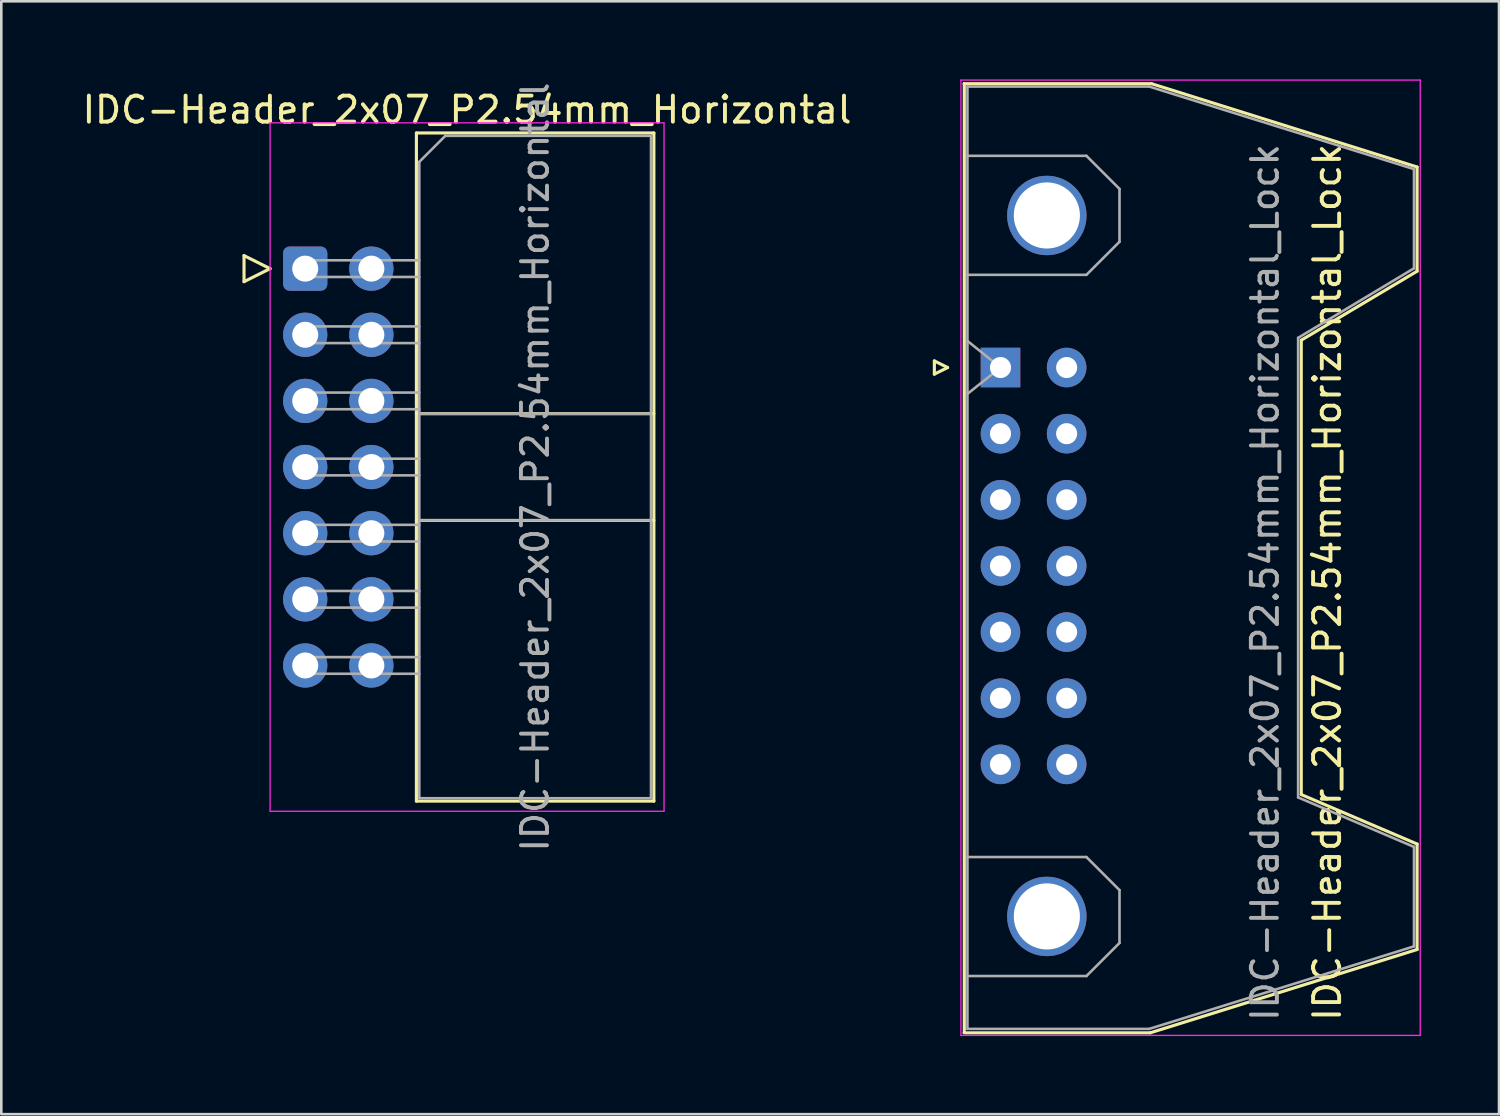
<source format=kicad_pcb>
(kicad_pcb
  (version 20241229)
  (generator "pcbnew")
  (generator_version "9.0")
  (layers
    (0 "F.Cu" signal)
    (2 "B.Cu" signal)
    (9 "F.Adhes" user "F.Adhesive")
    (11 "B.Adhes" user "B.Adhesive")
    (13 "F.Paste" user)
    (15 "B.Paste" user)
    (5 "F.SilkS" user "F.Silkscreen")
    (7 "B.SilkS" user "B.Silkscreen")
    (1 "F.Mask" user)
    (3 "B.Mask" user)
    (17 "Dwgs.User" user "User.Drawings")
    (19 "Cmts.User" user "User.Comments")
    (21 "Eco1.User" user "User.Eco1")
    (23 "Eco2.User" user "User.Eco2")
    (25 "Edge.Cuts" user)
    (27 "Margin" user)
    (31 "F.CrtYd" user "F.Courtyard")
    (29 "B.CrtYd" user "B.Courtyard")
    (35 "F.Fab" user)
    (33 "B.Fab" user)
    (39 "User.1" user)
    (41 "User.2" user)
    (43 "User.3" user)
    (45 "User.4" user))
  (footprint "IDC-Header_2x07_P2.54mm_Horizontal_Lock"
    (layer "F.Cu")
    (at 35.374 11.065)
    (property "Reference" "IDC-Header_2x07_P2.54mm_Horizontal_Lock" (at 12.55 8.25 90) (layer "F.SilkS") (effects (font (size 1 1) (thickness 0.15))))
    (attr through_hole)
    (fp_line (start -2.54 -0.254) (end -2.54 0.254) (stroke (width 0.12) (type solid)) (layer "F.SilkS"))
    (fp_line (start -2.54 0.254) (end -2.032 0) (stroke (width 0.12) (type solid)) (layer "F.SilkS"))
    (fp_line (start -2.032 0) (end -2.54 -0.254) (stroke (width 0.12) (type solid)) (layer "F.SilkS"))
    (fp_line (start -1.4 25.55) (end 5.75 25.55) (stroke (width 0.12) (type solid)) (layer "F.SilkS"))
    (fp_line (start -1.39 25.52) (end -1.39 -10.91) (stroke (width 0.12) (type solid)) (layer "F.SilkS"))
    (fp_line (start 5.75 25.55) (end 16 22.35) (stroke (width 0.12) (type solid)) (layer "F.SilkS"))
    (fp_line (start 5.8 -10.9) (end -1.4 -10.9) (stroke (width 0.12) (type solid)) (layer "F.SilkS"))
    (fp_line (start 11.55 -1.05) (end 16 -3.7) (stroke (width 0.12) (type solid)) (layer "F.SilkS"))
    (fp_line (start 11.55 16.4) (end 11.55 -1.05) (stroke (width 0.12) (type solid)) (layer "F.SilkS"))
    (fp_line (start 16 -7.7) (end 5.8 -10.9) (stroke (width 0.12) (type solid)) (layer "F.SilkS"))
    (fp_line (start 16 -3.7) (end 16 -7.7) (stroke (width 0.12) (type solid)) (layer "F.SilkS"))
    (fp_line (start 16 18.3) (end 11.55 16.4) (stroke (width 0.12) (type solid)) (layer "F.SilkS"))
    (fp_line (start 16 22.35) (end 16 18.3) (stroke (width 0.12) (type solid)) (layer "F.SilkS"))
    (fp_line (start -1.52 25.65) (end -1.52 -11.04) (stroke (width 0.05) (type solid)) (layer "F.CrtYd"))
    (fp_line (start -1.52 25.65) (end 16.12 25.65) (stroke (width 0.05) (type solid)) (layer "F.CrtYd"))
    (fp_line (start 16.12 -11.04) (end -1.52 -11.04) (stroke (width 0.05) (type solid)) (layer "F.CrtYd"))
    (fp_line (start 16.12 -11.04) (end 16.12 25.65) (stroke (width 0.05) (type solid)) (layer "F.CrtYd"))
    (fp_line (start -1.27 -10.79) (end 5.71 -10.79) (stroke (width 0.1) (type solid)) (layer "F.Fab"))
    (fp_line (start -1.27 -8.13) (end 3.3 -8.13) (stroke (width 0.1) (type solid)) (layer "F.Fab"))
    (fp_line (start -1.27 18.8) (end 3.3 18.8) (stroke (width 0.1) (type solid)) (layer "F.Fab"))
    (fp_line (start -1.27 25.4) (end -1.27 -10.79) (stroke (width 0.1) (type solid)) (layer "F.Fab"))
    (fp_line (start -1.27 25.4) (end 5.71 25.4) (stroke (width 0.1) (type solid)) (layer "F.Fab"))
    (fp_line (start -1.268 -1.02) (end 0 0) (stroke (width 0.1) (type solid)) (layer "F.Fab"))
    (fp_line (start 0 0) (end -1.268 1.01) (stroke (width 0.1) (type solid)) (layer "F.Fab"))
    (fp_line (start 3.3 -8.13) (end 4.57 -6.86) (stroke (width 0.1) (type solid)) (layer "F.Fab"))
    (fp_line (start 3.3 -3.56) (end -1.27 -3.56) (stroke (width 0.1) (type solid)) (layer "F.Fab"))
    (fp_line (start 3.3 18.8) (end 4.57 20.07) (stroke (width 0.1) (type solid)) (layer "F.Fab"))
    (fp_line (start 3.3 23.37) (end -1.27 23.37) (stroke (width 0.1) (type solid)) (layer "F.Fab"))
    (fp_line (start 4.57 -6.86) (end 4.57 -4.83) (stroke (width 0.1) (type solid)) (layer "F.Fab"))
    (fp_line (start 4.57 -4.83) (end 3.3 -3.56) (stroke (width 0.1) (type solid)) (layer "F.Fab"))
    (fp_line (start 4.57 20.07) (end 4.57 22.1) (stroke (width 0.1) (type solid)) (layer "F.Fab"))
    (fp_line (start 4.57 22.1) (end 3.3 23.37) (stroke (width 0.1) (type solid)) (layer "F.Fab"))
    (fp_line (start 5.71 -10.79) (end 15.88 -7.62) (stroke (width 0.1) (type solid)) (layer "F.Fab"))
    (fp_line (start 5.71 25.4) (end 15.88 22.23) (stroke (width 0.1) (type solid)) (layer "F.Fab"))
    (fp_line (start 11.43 16.51) (end 11.43 -1.14) (stroke (width 0.1) (type solid)) (layer "F.Fab"))
    (fp_line (start 15.88 -7.62) (end 15.88 -3.81) (stroke (width 0.1) (type solid)) (layer "F.Fab"))
    (fp_line (start 15.88 -3.81) (end 11.43 -1.14) (stroke (width 0.1) (type solid)) (layer "F.Fab"))
    (fp_line (start 15.88 18.41) (end 11.43 16.51) (stroke (width 0.1) (type solid)) (layer "F.Fab"))
    (fp_line (start 15.88 22.23) (end 15.88 18.41) (stroke (width 0.1) (type solid)) (layer "F.Fab"))
    (fp_text user "${REFERENCE}" (at 10.16 8.255 90) (layer "F.Fab") (effects (font (size 1 1) (thickness 0.15))))
    (pad "" thru_hole circle (at 1.78 -5.84 90) (size 3.05 3.05) (drill 2.54) (layers "*.Cu" "*.Mask"))
    (pad "" thru_hole circle (at 1.78 21.08 90) (size 3.05 3.05) (drill 2.54) (layers "*.Cu" "*.Mask"))
    (pad "1" thru_hole rect (at 0 0 90) (size 1.52 1.52) (drill 0.81) (layers "*.Cu" "*.Mask"))
    (pad "2" thru_hole circle (at 2.54 0 90) (size 1.52 1.52) (drill 0.81) (layers "*.Cu" "*.Mask"))
    (pad "3" thru_hole circle (at 0 2.54 90) (size 1.52 1.52) (drill 0.81) (layers "*.Cu" "*.Mask"))
    (pad "4" thru_hole circle (at 2.54 2.54 90) (size 1.52 1.52) (drill 0.81) (layers "*.Cu" "*.Mask"))
    (pad "5" thru_hole circle (at 0 5.08 90) (size 1.52 1.52) (drill 0.81) (layers "*.Cu" "*.Mask"))
    (pad "6" thru_hole circle (at 2.54 5.08 90) (size 1.52 1.52) (drill 0.81) (layers "*.Cu" "*.Mask"))
    (pad "7" thru_hole circle (at 0 7.62 90) (size 1.52 1.52) (drill 0.81) (layers "*.Cu" "*.Mask"))
    (pad "8" thru_hole circle (at 2.54 7.62 90) (size 1.52 1.52) (drill 0.81) (layers "*.Cu" "*.Mask"))
    (pad "9" thru_hole circle (at 0 10.16 90) (size 1.52 1.52) (drill 0.81) (layers "*.Cu" "*.Mask"))
    (pad "10" thru_hole circle (at 2.54 10.16 90) (size 1.52 1.52) (drill 0.81) (layers "*.Cu" "*.Mask"))
    (pad "11" thru_hole circle (at 0 12.7 90) (size 1.52 1.52) (drill 0.81) (layers "*.Cu" "*.Mask"))
    (pad "12" thru_hole circle (at 2.54 12.7 90) (size 1.52 1.52) (drill 0.81) (layers "*.Cu" "*.Mask"))
    (pad "13" thru_hole circle (at 0 15.24 90) (size 1.52 1.52) (drill 0.81) (layers "*.Cu" "*.Mask"))
    (pad "14" thru_hole circle (at 2.54 15.24 90) (size 1.52 1.52) (drill 0.81) (layers "*.Cu" "*.Mask")))
  (footprint "IDC-Header_2x07_P2.54mm_Horizontal"
    (layer "F.Cu")
    (at 8.672 7.267)
    (property "Reference" "IDC-Header_2x07_P2.54mm_Horizontal" (at 6.215 -6.1 0) (layer "F.SilkS") (effects (font (size 1 1) (thickness 0.15))))
    (attr through_hole)
    (fp_line (start -2.35 -0.5) (end -2.35 0.5) (stroke (width 0.12) (type solid)) (layer "F.SilkS"))
    (fp_line (start -2.35 0.5) (end -1.35 0) (stroke (width 0.12) (type solid)) (layer "F.SilkS"))
    (fp_line (start -1.35 0) (end -2.35 -0.5) (stroke (width 0.12) (type solid)) (layer "F.SilkS"))
    (fp_line (start 4.27 -5.21) (end 13.39 -5.21) (stroke (width 0.12) (type solid)) (layer "F.SilkS"))
    (fp_line (start 4.27 5.57) (end 13.39 5.57) (stroke (width 0.12) (type solid)) (layer "F.SilkS"))
    (fp_line (start 4.27 9.67) (end 13.39 9.67) (stroke (width 0.12) (type solid)) (layer "F.SilkS"))
    (fp_line (start 4.27 20.45) (end 4.27 -5.21) (stroke (width 0.12) (type solid)) (layer "F.SilkS"))
    (fp_line (start 13.39 -5.21) (end 13.39 20.45) (stroke (width 0.12) (type solid)) (layer "F.SilkS"))
    (fp_line (start 13.39 20.45) (end 4.27 20.45) (stroke (width 0.12) (type solid)) (layer "F.SilkS"))
    (fp_line (start -1.35 -5.6) (end -1.35 20.84) (stroke (width 0.05) (type solid)) (layer "F.CrtYd"))
    (fp_line (start -1.35 20.84) (end 13.78 20.84) (stroke (width 0.05) (type solid)) (layer "F.CrtYd"))
    (fp_line (start 13.78 -5.6) (end -1.35 -5.6) (stroke (width 0.05) (type solid)) (layer "F.CrtYd"))
    (fp_line (start 13.78 20.84) (end 13.78 -5.6) (stroke (width 0.05) (type solid)) (layer "F.CrtYd"))
    (fp_line (start -0.32 -0.32) (end -0.32 0.32) (stroke (width 0.1) (type solid)) (layer "F.Fab"))
    (fp_line (start -0.32 0.32) (end 4.38 0.32) (stroke (width 0.1) (type solid)) (layer "F.Fab"))
    (fp_line (start -0.32 2.22) (end -0.32 2.86) (stroke (width 0.1) (type solid)) (layer "F.Fab"))
    (fp_line (start -0.32 2.86) (end 4.38 2.86) (stroke (width 0.1) (type solid)) (layer "F.Fab"))
    (fp_line (start -0.32 4.76) (end -0.32 5.4) (stroke (width 0.1) (type solid)) (layer "F.Fab"))
    (fp_line (start -0.32 5.4) (end 4.38 5.4) (stroke (width 0.1) (type solid)) (layer "F.Fab"))
    (fp_line (start -0.32 7.3) (end -0.32 7.94) (stroke (width 0.1) (type solid)) (layer "F.Fab"))
    (fp_line (start -0.32 7.94) (end 4.38 7.94) (stroke (width 0.1) (type solid)) (layer "F.Fab"))
    (fp_line (start -0.32 9.84) (end -0.32 10.48) (stroke (width 0.1) (type solid)) (layer "F.Fab"))
    (fp_line (start -0.32 10.48) (end 4.38 10.48) (stroke (width 0.1) (type solid)) (layer "F.Fab"))
    (fp_line (start -0.32 12.38) (end -0.32 13.02) (stroke (width 0.1) (type solid)) (layer "F.Fab"))
    (fp_line (start -0.32 13.02) (end 4.38 13.02) (stroke (width 0.1) (type solid)) (layer "F.Fab"))
    (fp_line (start -0.32 14.92) (end -0.32 15.56) (stroke (width 0.1) (type solid)) (layer "F.Fab"))
    (fp_line (start -0.32 15.56) (end 4.38 15.56) (stroke (width 0.1) (type solid)) (layer "F.Fab"))
    (fp_line (start 4.38 -4.1) (end 5.38 -5.1) (stroke (width 0.1) (type solid)) (layer "F.Fab"))
    (fp_line (start 4.38 -0.32) (end -0.32 -0.32) (stroke (width 0.1) (type solid)) (layer "F.Fab"))
    (fp_line (start 4.38 2.22) (end -0.32 2.22) (stroke (width 0.1) (type solid)) (layer "F.Fab"))
    (fp_line (start 4.38 4.76) (end -0.32 4.76) (stroke (width 0.1) (type solid)) (layer "F.Fab"))
    (fp_line (start 4.38 5.57) (end 13.28 5.57) (stroke (width 0.1) (type solid)) (layer "F.Fab"))
    (fp_line (start 4.38 7.3) (end -0.32 7.3) (stroke (width 0.1) (type solid)) (layer "F.Fab"))
    (fp_line (start 4.38 9.67) (end 13.28 9.67) (stroke (width 0.1) (type solid)) (layer "F.Fab"))
    (fp_line (start 4.38 9.84) (end -0.32 9.84) (stroke (width 0.1) (type solid)) (layer "F.Fab"))
    (fp_line (start 4.38 12.38) (end -0.32 12.38) (stroke (width 0.1) (type solid)) (layer "F.Fab"))
    (fp_line (start 4.38 14.92) (end -0.32 14.92) (stroke (width 0.1) (type solid)) (layer "F.Fab"))
    (fp_line (start 4.38 20.34) (end 4.38 -4.1) (stroke (width 0.1) (type solid)) (layer "F.Fab"))
    (fp_line (start 5.38 -5.1) (end 13.28 -5.1) (stroke (width 0.1) (type solid)) (layer "F.Fab"))
    (fp_line (start 13.28 -5.1) (end 13.28 20.34) (stroke (width 0.1) (type solid)) (layer "F.Fab"))
    (fp_line (start 13.28 20.34) (end 4.38 20.34) (stroke (width 0.1) (type solid)) (layer "F.Fab"))
    (fp_text user "${REFERENCE}" (at 8.83 7.62 90) (layer "F.Fab") (effects (font (size 1 1) (thickness 0.15))))
    (pad "1" thru_hole roundrect (at 0 0) (size 1.7 1.7) (drill 1) (layers "*.Cu" "*.Mask") (roundrect_rratio 0.147))
    (pad "2" thru_hole circle (at 2.54 0) (size 1.7 1.7) (drill 1) (layers "*.Cu" "*.Mask"))
    (pad "3" thru_hole circle (at 0 2.54) (size 1.7 1.7) (drill 1) (layers "*.Cu" "*.Mask"))
    (pad "4" thru_hole circle (at 2.54 2.54) (size 1.7 1.7) (drill 1) (layers "*.Cu" "*.Mask"))
    (pad "5" thru_hole circle (at 0 5.08) (size 1.7 1.7) (drill 1) (layers "*.Cu" "*.Mask"))
    (pad "6" thru_hole circle (at 2.54 5.08) (size 1.7 1.7) (drill 1) (layers "*.Cu" "*.Mask"))
    (pad "7" thru_hole circle (at 0 7.62) (size 1.7 1.7) (drill 1) (layers "*.Cu" "*.Mask"))
    (pad "8" thru_hole circle (at 2.54 7.62) (size 1.7 1.7) (drill 1) (layers "*.Cu" "*.Mask"))
    (pad "9" thru_hole circle (at 0 10.16) (size 1.7 1.7) (drill 1) (layers "*.Cu" "*.Mask"))
    (pad "10" thru_hole circle (at 2.54 10.16) (size 1.7 1.7) (drill 1) (layers "*.Cu" "*.Mask"))
    (pad "11" thru_hole circle (at 0 12.7) (size 1.7 1.7) (drill 1) (layers "*.Cu" "*.Mask"))
    (pad "12" thru_hole circle (at 2.54 12.7) (size 1.7 1.7) (drill 1) (layers "*.Cu" "*.Mask"))
    (pad "13" thru_hole circle (at 0 15.24) (size 1.7 1.7) (drill 1) (layers "*.Cu" "*.Mask"))
    (pad "14" thru_hole circle (at 2.54 15.24) (size 1.7 1.7) (drill 1) (layers "*.Cu" "*.Mask")))
  (gr_rect
    (start -3 -3)
    (end 54.519 39.74)
    (stroke (width 0.1) (type default))
    (fill no)
    (layer "Edge.Cuts")))
</source>
